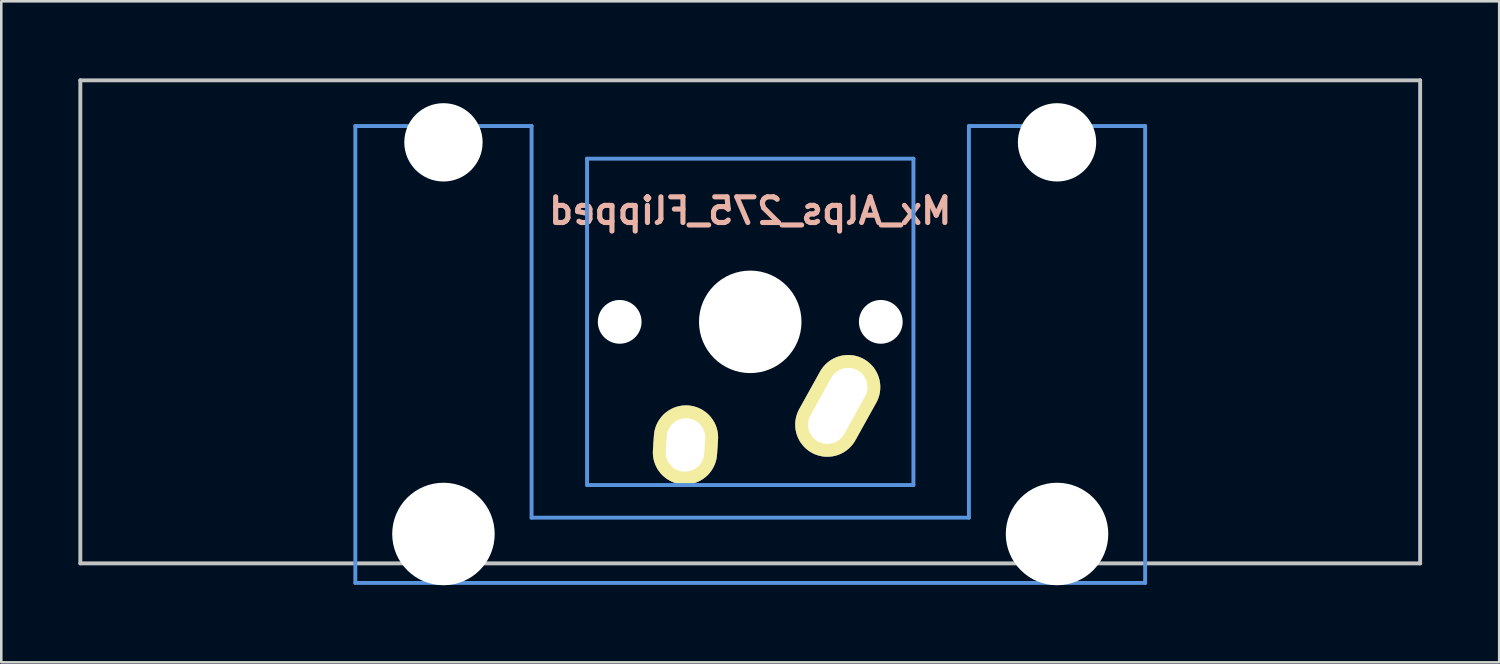
<source format=kicad_pcb>
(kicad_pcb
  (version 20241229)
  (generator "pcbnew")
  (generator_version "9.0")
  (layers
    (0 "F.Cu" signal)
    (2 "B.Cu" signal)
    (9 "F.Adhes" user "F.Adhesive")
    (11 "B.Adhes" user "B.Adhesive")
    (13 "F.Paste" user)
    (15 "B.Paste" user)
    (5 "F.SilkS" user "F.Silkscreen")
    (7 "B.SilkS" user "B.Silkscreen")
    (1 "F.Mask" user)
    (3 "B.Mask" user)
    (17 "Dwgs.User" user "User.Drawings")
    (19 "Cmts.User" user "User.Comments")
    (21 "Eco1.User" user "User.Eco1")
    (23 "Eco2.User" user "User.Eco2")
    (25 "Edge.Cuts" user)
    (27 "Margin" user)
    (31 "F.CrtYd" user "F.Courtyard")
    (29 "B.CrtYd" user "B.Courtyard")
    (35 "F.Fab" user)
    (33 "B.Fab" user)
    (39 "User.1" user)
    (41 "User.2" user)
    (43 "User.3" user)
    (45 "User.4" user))
  (footprint "Mx_Alps_275_Flipped"
    (layer "F.Cu")
    (at 26.144 9.474)
    (property "Reference" "Mx_Alps_275_Flipped" (at 0 -4.318 180) (layer "B.SilkS") (effects (font (size 1 1) (thickness 0.2)) (justify mirror)))
    (attr through_hole)
    (fp_line (start -26.068 -9.398) (end 26.068 -9.398) (stroke (width 0.152) (type solid)) (layer "Dwgs.User"))
    (fp_line (start -26.068 9.398) (end -26.068 -9.398) (stroke (width 0.152) (type solid)) (layer "Dwgs.User"))
    (fp_line (start 26.068 -9.398) (end 26.068 9.398) (stroke (width 0.152) (type solid)) (layer "Dwgs.User"))
    (fp_line (start 26.068 9.398) (end -26.068 9.398) (stroke (width 0.152) (type solid)) (layer "Dwgs.User"))
    (fp_line (start -15.367 -7.62) (end -15.367 10.16) (stroke (width 0.152) (type solid)) (layer "Cmts.User"))
    (fp_line (start -15.367 10.16) (end 15.367 10.16) (stroke (width 0.152) (type solid)) (layer "Cmts.User"))
    (fp_line (start -8.509 -7.62) (end -15.367 -7.62) (stroke (width 0.152) (type solid)) (layer "Cmts.User"))
    (fp_line (start -8.509 7.62) (end -8.509 -7.62) (stroke (width 0.152) (type solid)) (layer "Cmts.User"))
    (fp_line (start -6.35 -6.35) (end 6.35 -6.35) (stroke (width 0.152) (type solid)) (layer "Cmts.User"))
    (fp_line (start -6.35 6.35) (end -6.35 -6.35) (stroke (width 0.152) (type solid)) (layer "Cmts.User"))
    (fp_line (start 6.35 -6.35) (end 6.35 6.35) (stroke (width 0.152) (type solid)) (layer "Cmts.User"))
    (fp_line (start 6.35 6.35) (end -6.35 6.35) (stroke (width 0.152) (type solid)) (layer "Cmts.User"))
    (fp_line (start 8.509 -7.62) (end 8.509 7.62) (stroke (width 0.152) (type solid)) (layer "Cmts.User"))
    (fp_line (start 8.509 7.62) (end -8.509 7.62) (stroke (width 0.152) (type solid)) (layer "Cmts.User"))
    (fp_line (start 15.367 -7.62) (end 8.509 -7.62) (stroke (width 0.152) (type solid)) (layer "Cmts.User"))
    (fp_line (start 15.367 10.16) (end 15.367 -7.62) (stroke (width 0.152) (type solid)) (layer "Cmts.User"))
    (fp_line (start -16.129 -2.286) (end -15.265 -2.286) (stroke (width 0.152) (type solid)) (layer "Eco2.User"))
    (fp_line (start -16.129 0.508) (end -16.129 -2.286) (stroke (width 0.152) (type solid)) (layer "Eco2.User"))
    (fp_line (start -15.265 -5.69) (end -8.611 -5.69) (stroke (width 0.152) (type solid)) (layer "Eco2.User"))
    (fp_line (start -15.265 -2.286) (end -15.265 -5.69) (stroke (width 0.152) (type solid)) (layer "Eco2.User"))
    (fp_line (start -15.265 0.508) (end -16.129 0.508) (stroke (width 0.152) (type solid)) (layer "Eco2.User"))
    (fp_line (start -15.265 6.604) (end -15.265 0.508) (stroke (width 0.152) (type solid)) (layer "Eco2.User"))
    (fp_line (start -14.224 6.604) (end -15.265 6.604) (stroke (width 0.152) (type solid)) (layer "Eco2.User"))
    (fp_line (start -14.224 7.772) (end -14.224 6.604) (stroke (width 0.152) (type solid)) (layer "Eco2.User"))
    (fp_line (start -9.652 6.604) (end -9.652 7.772) (stroke (width 0.152) (type solid)) (layer "Eco2.User"))
    (fp_line (start -9.652 7.772) (end -14.224 7.772) (stroke (width 0.152) (type solid)) (layer "Eco2.User"))
    (fp_line (start -8.611 -5.69) (end -8.611 -4.877) (stroke (width 0.152) (type solid)) (layer "Eco2.User"))
    (fp_line (start -8.611 -4.877) (end -6.985 -4.877) (stroke (width 0.152) (type solid)) (layer "Eco2.User"))
    (fp_line (start -8.611 5.817) (end -8.611 6.604) (stroke (width 0.152) (type solid)) (layer "Eco2.User"))
    (fp_line (start -8.611 6.604) (end -9.652 6.604) (stroke (width 0.152) (type solid)) (layer "Eco2.User"))
    (fp_line (start -6.985 -6.985) (end 6.985 -6.985) (stroke (width 0.152) (type solid)) (layer "Eco2.User"))
    (fp_line (start -6.985 -4.877) (end -6.985 -6.985) (stroke (width 0.152) (type solid)) (layer "Eco2.User"))
    (fp_line (start -6.985 5.817) (end -8.611 5.817) (stroke (width 0.152) (type solid)) (layer "Eco2.User"))
    (fp_line (start -6.985 6.985) (end -6.985 5.817) (stroke (width 0.152) (type solid)) (layer "Eco2.User"))
    (fp_line (start 6.985 -6.985) (end 6.985 -4.877) (stroke (width 0.152) (type solid)) (layer "Eco2.User"))
    (fp_line (start 6.985 -4.877) (end 8.611 -4.877) (stroke (width 0.152) (type solid)) (layer "Eco2.User"))
    (fp_line (start 6.985 5.817) (end 6.985 6.985) (stroke (width 0.152) (type solid)) (layer "Eco2.User"))
    (fp_line (start 6.985 6.985) (end -6.985 6.985) (stroke (width 0.152) (type solid)) (layer "Eco2.User"))
    (fp_line (start 8.611 -5.69) (end 15.265 -5.69) (stroke (width 0.152) (type solid)) (layer "Eco2.User"))
    (fp_line (start 8.611 -4.877) (end 8.611 -5.69) (stroke (width 0.152) (type solid)) (layer "Eco2.User"))
    (fp_line (start 8.611 5.817) (end 6.985 5.817) (stroke (width 0.152) (type solid)) (layer "Eco2.User"))
    (fp_line (start 8.611 6.604) (end 8.611 5.817) (stroke (width 0.152) (type solid)) (layer "Eco2.User"))
    (fp_line (start 9.652 6.604) (end 8.611 6.604) (stroke (width 0.152) (type solid)) (layer "Eco2.User"))
    (fp_line (start 9.652 7.772) (end 9.652 6.604) (stroke (width 0.152) (type solid)) (layer "Eco2.User"))
    (fp_line (start 14.224 6.604) (end 14.224 7.772) (stroke (width 0.152) (type solid)) (layer "Eco2.User"))
    (fp_line (start 14.224 7.772) (end 9.652 7.772) (stroke (width 0.152) (type solid)) (layer "Eco2.User"))
    (fp_line (start 15.265 -5.69) (end 15.265 -2.286) (stroke (width 0.152) (type solid)) (layer "Eco2.User"))
    (fp_line (start 15.265 -2.286) (end 16.129 -2.286) (stroke (width 0.152) (type solid)) (layer "Eco2.User"))
    (fp_line (start 15.265 0.508) (end 15.265 6.604) (stroke (width 0.152) (type solid)) (layer "Eco2.User"))
    (fp_line (start 15.265 6.604) (end 14.224 6.604) (stroke (width 0.152) (type solid)) (layer "Eco2.User"))
    (fp_line (start 16.129 -2.286) (end 16.129 0.508) (stroke (width 0.152) (type solid)) (layer "Eco2.User"))
    (fp_line (start 16.129 0.508) (end 15.265 0.508) (stroke (width 0.152) (type solid)) (layer "Eco2.User"))
    (pad "" np_thru_hole circle (at -11.938 -6.985) (size 3.048 3.048) (drill 3.048) (layers "*.Cu"))
    (pad "" np_thru_hole circle (at -11.938 8.255) (size 3.988 3.988) (drill 3.988) (layers "*.Cu"))
    (pad "" np_thru_hole circle (at -5.08 0 180) (size 1.702 1.702) (drill 1.702) (layers "*.Cu"))
    (pad "" np_thru_hole circle (at 0 0 180) (size 3.988 3.988) (drill 3.988) (layers "*.Cu"))
    (pad "" np_thru_hole circle (at 5.08 0 180) (size 1.702 1.702) (drill 1.702) (layers "*.Cu"))
    (pad "" np_thru_hole circle (at 11.938 -6.985) (size 3.048 3.048) (drill 3.048) (layers "*.Cu"))
    (pad "" np_thru_hole circle (at 11.938 8.255) (size 3.988 3.988) (drill 3.988) (layers "*.Cu"))
    (pad "1" thru_hole oval (at 3.405 3.27 150.95) (size 2.5 4.17) (drill oval 1.5 3.17) (layers "*.Cu" "*.Mask" "F.SilkS"))
    (pad "2" thru_hole oval (at -2.52 4.79 176.1) (size 2.5 3.08) (drill oval 1.5 2.08) (layers "*.Cu" "*.Mask" "F.SilkS")))
  (gr_rect
    (start -3 -3)
    (end 55.288 22.723)
    (stroke (width 0.1) (type default))
    (fill no)
    (layer "Edge.Cuts")))
</source>
